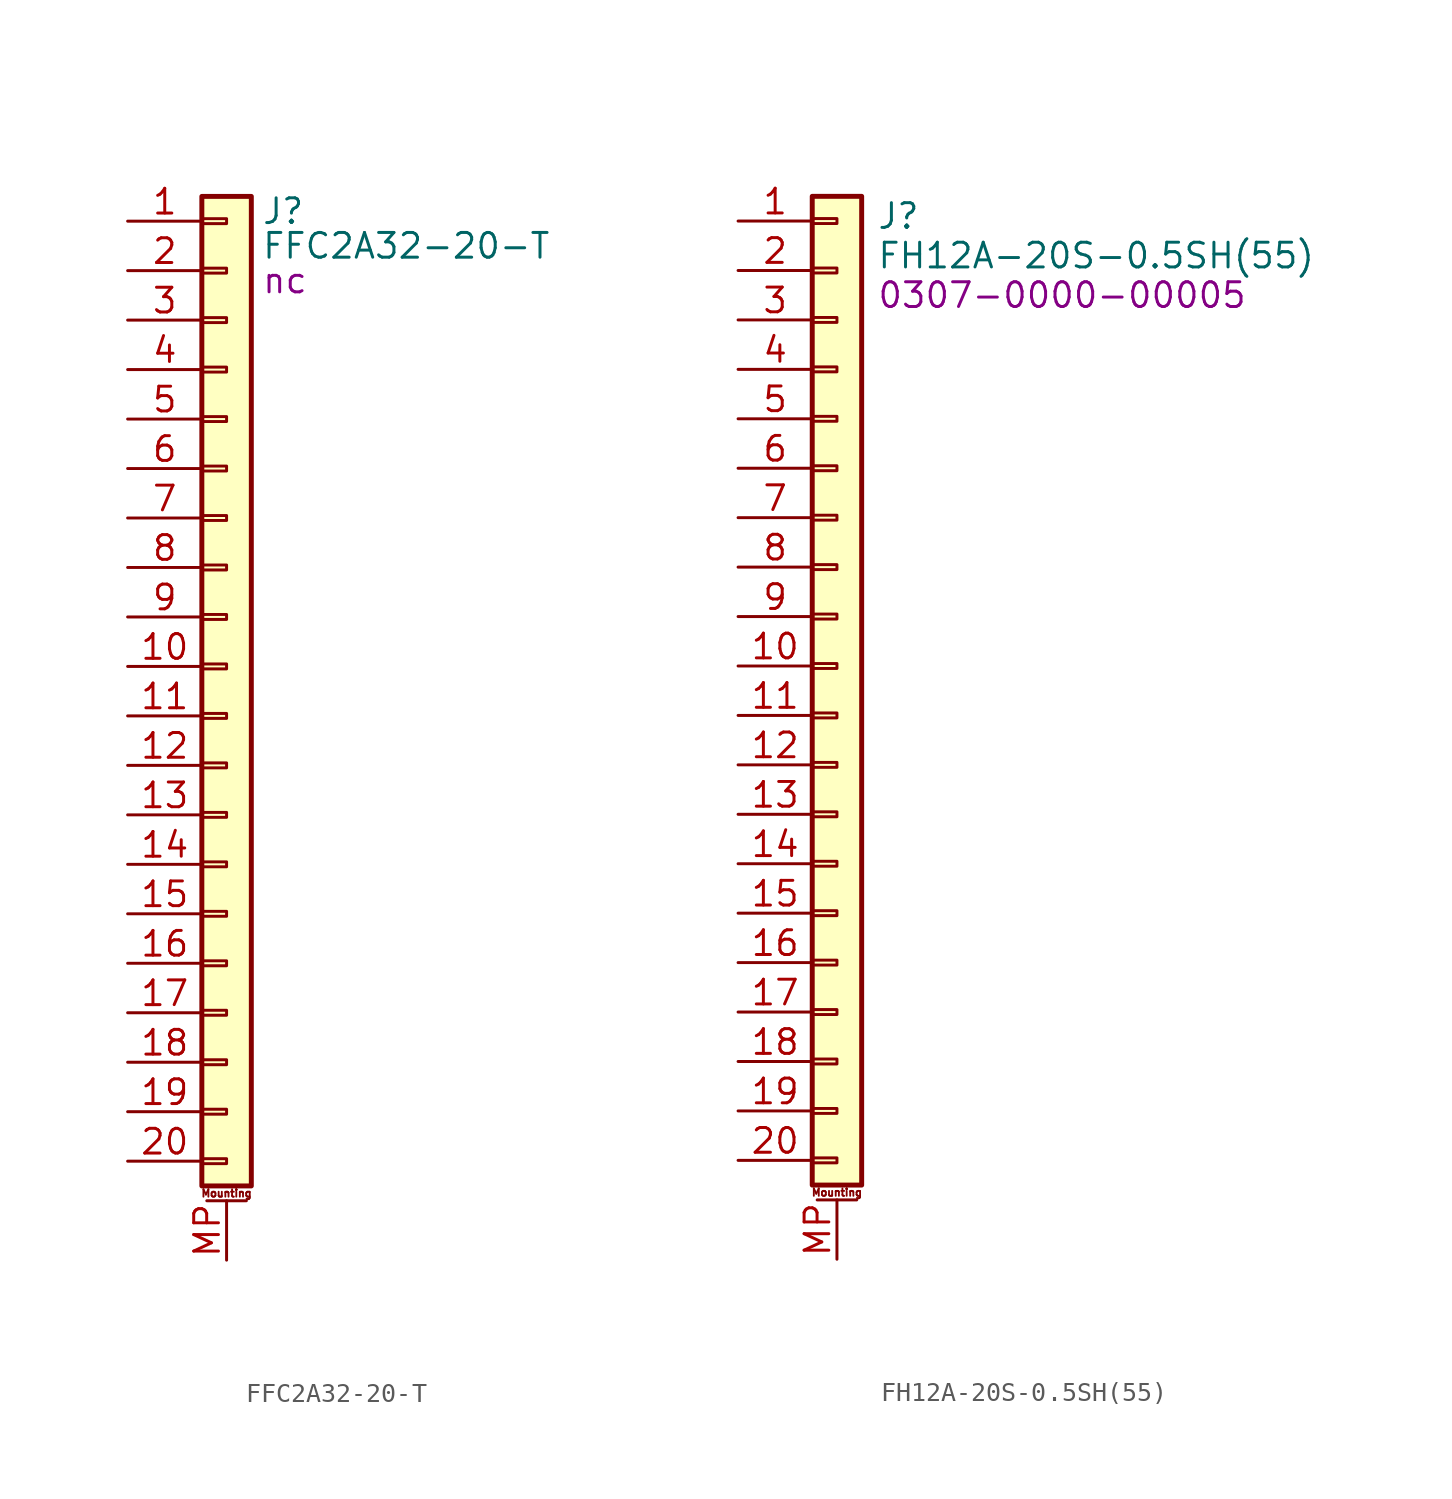
<source format=kicad_sym>
(kicad_symbol_lib
  (version 20231120)
  (generator "kicad_symbol_editor")
  (generator_version "8.0")
  (symbol "FFC2A32-20-T"
    (pin_names hide)
    (property "Reference" "J"
      (at 1.778 -2.032 0)
      (effects (font (size 1.27 1.27)) (justify left)))
    (property "Value" "FFC2A32-20-T"
      (at 1.778 -3.81 0)
      (effects (font (size 1.27 1.27)) (justify left)))
    (property "PartNumber" "nc"
      (at 1.778 -5.588 0)
      (effects (font (size 1.27 1.27)) (justify left)))
    (symbol "FFC2A32-20-T_1_1"
      (rectangle (start -1.27 -50.673) (end 0 -50.927) (stroke (width 0.152) (type default)) (fill (type none)))
      (rectangle (start -1.27 -48.133) (end 0 -48.387) (stroke (width 0.152) (type default)) (fill (type none)))
      (rectangle (start -1.27 -45.593) (end 0 -45.847) (stroke (width 0.152) (type default)) (fill (type none)))
      (rectangle (start -1.27 -43.053) (end 0 -43.307) (stroke (width 0.152) (type default)) (fill (type none)))
      (rectangle (start -1.27 -40.513) (end 0 -40.767) (stroke (width 0.152) (type default)) (fill (type none)))
      (rectangle (start -1.27 -37.973) (end 0 -38.227) (stroke (width 0.152) (type default)) (fill (type none)))
      (rectangle (start -1.27 -35.433) (end 0 -35.687) (stroke (width 0.152) (type default)) (fill (type none)))
      (rectangle (start -1.27 -32.893) (end 0 -33.147) (stroke (width 0.152) (type default)) (fill (type none)))
      (rectangle (start -1.27 -30.353) (end 0 -30.607) (stroke (width 0.152) (type default)) (fill (type none)))
      (rectangle (start -1.27 -27.813) (end 0 -28.067) (stroke (width 0.152) (type default)) (fill (type none)))
      (rectangle (start -1.27 -25.273) (end 0 -25.527) (stroke (width 0.152) (type default)) (fill (type none)))
      (rectangle (start -1.27 -22.733) (end 0 -22.987) (stroke (width 0.152) (type default)) (fill (type none)))
      (rectangle (start -1.27 -20.193) (end 0 -20.447) (stroke (width 0.152) (type default)) (fill (type none)))
      (rectangle (start -1.27 -17.653) (end 0 -17.907) (stroke (width 0.152) (type default)) (fill (type none)))
      (rectangle (start -1.27 -15.113) (end 0 -15.367) (stroke (width 0.152) (type default)) (fill (type none)))
      (rectangle (start -1.27 -12.573) (end 0 -12.827) (stroke (width 0.152) (type default)) (fill (type none)))
      (rectangle (start -1.27 -10.033) (end 0 -10.287) (stroke (width 0.152) (type default)) (fill (type none)))
      (rectangle (start -1.27 -7.493) (end 0 -7.747) (stroke (width 0.152) (type default)) (fill (type none)))
      (rectangle (start -1.27 -4.953) (end 0 -5.207) (stroke (width 0.152) (type default)) (fill (type none)))
      (rectangle (start -1.27 -2.413) (end 0 -2.667) (stroke (width 0.152) (type default)) (fill (type none)))
      (rectangle (start -1.27 -1.27) (end 1.27 -52.07) (stroke (width 0.254) (type default)) (fill (type background)))
      (polyline (pts (xy -1.016 -52.832) (xy 1.016 -52.832)) (stroke (width 0.152) (type default)) (fill (type none)))
      (text "Mounting" (at 0 -52.451 0) (effects (font (size 0.381 0.381))))
      (pin passive line (at -5.08 -2.54 0) (length 3.81) (name "Pin_1" (effects (font (size 1.27 1.27)))) (number "1" (effects (font (size 1.27 1.27)))))
      (pin passive line (at -5.08 -25.4 0) (length 3.81) (name "Pin_10" (effects (font (size 1.27 1.27)))) (number "10" (effects (font (size 1.27 1.27)))))
      (pin passive line (at -5.08 -27.94 0) (length 3.81) (name "Pin_11" (effects (font (size 1.27 1.27)))) (number "11" (effects (font (size 1.27 1.27)))))
      (pin passive line (at -5.08 -30.48 0) (length 3.81) (name "Pin_12" (effects (font (size 1.27 1.27)))) (number "12" (effects (font (size 1.27 1.27)))))
      (pin passive line (at -5.08 -33.02 0) (length 3.81) (name "Pin_13" (effects (font (size 1.27 1.27)))) (number "13" (effects (font (size 1.27 1.27)))))
      (pin passive line (at -5.08 -35.56 0) (length 3.81) (name "Pin_14" (effects (font (size 1.27 1.27)))) (number "14" (effects (font (size 1.27 1.27)))))
      (pin passive line (at -5.08 -38.1 0) (length 3.81) (name "Pin_15" (effects (font (size 1.27 1.27)))) (number "15" (effects (font (size 1.27 1.27)))))
      (pin passive line (at -5.08 -40.64 0) (length 3.81) (name "Pin_16" (effects (font (size 1.27 1.27)))) (number "16" (effects (font (size 1.27 1.27)))))
      (pin passive line (at -5.08 -43.18 0) (length 3.81) (name "Pin_17" (effects (font (size 1.27 1.27)))) (number "17" (effects (font (size 1.27 1.27)))))
      (pin passive line (at -5.08 -45.72 0) (length 3.81) (name "Pin_18" (effects (font (size 1.27 1.27)))) (number "18" (effects (font (size 1.27 1.27)))))
      (pin passive line (at -5.08 -48.26 0) (length 3.81) (name "Pin_19" (effects (font (size 1.27 1.27)))) (number "19" (effects (font (size 1.27 1.27)))))
      (pin passive line (at -5.08 -5.08 0) (length 3.81) (name "Pin_2" (effects (font (size 1.27 1.27)))) (number "2" (effects (font (size 1.27 1.27)))))
      (pin passive line (at -5.08 -50.8 0) (length 3.81) (name "Pin_20" (effects (font (size 1.27 1.27)))) (number "20" (effects (font (size 1.27 1.27)))))
      (pin passive line (at -5.08 -7.62 0) (length 3.81) (name "Pin_3" (effects (font (size 1.27 1.27)))) (number "3" (effects (font (size 1.27 1.27)))))
      (pin passive line (at -5.08 -10.16 0) (length 3.81) (name "Pin_4" (effects (font (size 1.27 1.27)))) (number "4" (effects (font (size 1.27 1.27)))))
      (pin passive line (at -5.08 -12.7 0) (length 3.81) (name "Pin_5" (effects (font (size 1.27 1.27)))) (number "5" (effects (font (size 1.27 1.27)))))
      (pin passive line (at -5.08 -15.24 0) (length 3.81) (name "Pin_6" (effects (font (size 1.27 1.27)))) (number "6" (effects (font (size 1.27 1.27)))))
      (pin passive line (at -5.08 -17.78 0) (length 3.81) (name "Pin_7" (effects (font (size 1.27 1.27)))) (number "7" (effects (font (size 1.27 1.27)))))
      (pin passive line (at -5.08 -20.32 0) (length 3.81) (name "Pin_8" (effects (font (size 1.27 1.27)))) (number "8" (effects (font (size 1.27 1.27)))))
      (pin passive line (at -5.08 -22.86 0) (length 3.81) (name "Pin_9" (effects (font (size 1.27 1.27)))) (number "9" (effects (font (size 1.27 1.27)))))
      (pin passive line (at 0 -55.88 90) (length 3.048) (name "MountPin" (effects (font (size 1.27 1.27)))) (number "MP" (effects (font (size 1.27 1.27)))))))
  (symbol "FH12A-20S-0.5SH(55)"
    (pin_names hide)
    (property "Reference" "J"
      (at 2.032 -2.286 0)
      (effects (font (size 1.27 1.27)) (justify left)))
    (property "Value" "FH12A-20S-0.5SH(55)"
      (at 2.032 -4.318 0)
      (effects (font (size 1.27 1.27)) (justify left)))
    (property "PartNumber" "0307-0000-00005"
      (at 2.032 -6.35 0)
      (effects (font (size 1.27 1.27)) (justify left)))
    (symbol "FH12A-20S-0.5SH(55)_1_1"
      (rectangle (start -1.27 -50.673) (end 0 -50.927) (stroke (width 0.152) (type default)) (fill (type none)))
      (rectangle (start -1.27 -48.133) (end 0 -48.387) (stroke (width 0.152) (type default)) (fill (type none)))
      (rectangle (start -1.27 -45.593) (end 0 -45.847) (stroke (width 0.152) (type default)) (fill (type none)))
      (rectangle (start -1.27 -43.053) (end 0 -43.307) (stroke (width 0.152) (type default)) (fill (type none)))
      (rectangle (start -1.27 -40.513) (end 0 -40.767) (stroke (width 0.152) (type default)) (fill (type none)))
      (rectangle (start -1.27 -37.973) (end 0 -38.227) (stroke (width 0.152) (type default)) (fill (type none)))
      (rectangle (start -1.27 -35.433) (end 0 -35.687) (stroke (width 0.152) (type default)) (fill (type none)))
      (rectangle (start -1.27 -32.893) (end 0 -33.147) (stroke (width 0.152) (type default)) (fill (type none)))
      (rectangle (start -1.27 -30.353) (end 0 -30.607) (stroke (width 0.152) (type default)) (fill (type none)))
      (rectangle (start -1.27 -27.813) (end 0 -28.067) (stroke (width 0.152) (type default)) (fill (type none)))
      (rectangle (start -1.27 -25.273) (end 0 -25.527) (stroke (width 0.152) (type default)) (fill (type none)))
      (rectangle (start -1.27 -22.733) (end 0 -22.987) (stroke (width 0.152) (type default)) (fill (type none)))
      (rectangle (start -1.27 -20.193) (end 0 -20.447) (stroke (width 0.152) (type default)) (fill (type none)))
      (rectangle (start -1.27 -17.653) (end 0 -17.907) (stroke (width 0.152) (type default)) (fill (type none)))
      (rectangle (start -1.27 -15.113) (end 0 -15.367) (stroke (width 0.152) (type default)) (fill (type none)))
      (rectangle (start -1.27 -12.573) (end 0 -12.827) (stroke (width 0.152) (type default)) (fill (type none)))
      (rectangle (start -1.27 -10.033) (end 0 -10.287) (stroke (width 0.152) (type default)) (fill (type none)))
      (rectangle (start -1.27 -7.493) (end 0 -7.747) (stroke (width 0.152) (type default)) (fill (type none)))
      (rectangle (start -1.27 -4.953) (end 0 -5.207) (stroke (width 0.152) (type default)) (fill (type none)))
      (rectangle (start -1.27 -2.413) (end 0 -2.667) (stroke (width 0.152) (type default)) (fill (type none)))
      (rectangle (start -1.27 -1.27) (end 1.27 -52.07) (stroke (width 0.254) (type default)) (fill (type background)))
      (polyline (pts (xy -1.016 -52.832) (xy 1.016 -52.832)) (stroke (width 0.152) (type default)) (fill (type none)))
      (text "Mounting" (at 0 -52.451 0) (effects (font (size 0.381 0.381))))
      (pin passive line (at -5.08 -2.54 0) (length 3.81) (name "Pin_1" (effects (font (size 1.27 1.27)))) (number "1" (effects (font (size 1.27 1.27)))))
      (pin passive line (at -5.08 -25.4 0) (length 3.81) (name "Pin_10" (effects (font (size 1.27 1.27)))) (number "10" (effects (font (size 1.27 1.27)))))
      (pin passive line (at -5.08 -27.94 0) (length 3.81) (name "Pin_11" (effects (font (size 1.27 1.27)))) (number "11" (effects (font (size 1.27 1.27)))))
      (pin passive line (at -5.08 -30.48 0) (length 3.81) (name "Pin_12" (effects (font (size 1.27 1.27)))) (number "12" (effects (font (size 1.27 1.27)))))
      (pin passive line (at -5.08 -33.02 0) (length 3.81) (name "Pin_13" (effects (font (size 1.27 1.27)))) (number "13" (effects (font (size 1.27 1.27)))))
      (pin passive line (at -5.08 -35.56 0) (length 3.81) (name "Pin_14" (effects (font (size 1.27 1.27)))) (number "14" (effects (font (size 1.27 1.27)))))
      (pin passive line (at -5.08 -38.1 0) (length 3.81) (name "Pin_15" (effects (font (size 1.27 1.27)))) (number "15" (effects (font (size 1.27 1.27)))))
      (pin passive line (at -5.08 -40.64 0) (length 3.81) (name "Pin_16" (effects (font (size 1.27 1.27)))) (number "16" (effects (font (size 1.27 1.27)))))
      (pin passive line (at -5.08 -43.18 0) (length 3.81) (name "Pin_17" (effects (font (size 1.27 1.27)))) (number "17" (effects (font (size 1.27 1.27)))))
      (pin passive line (at -5.08 -45.72 0) (length 3.81) (name "Pin_18" (effects (font (size 1.27 1.27)))) (number "18" (effects (font (size 1.27 1.27)))))
      (pin passive line (at -5.08 -48.26 0) (length 3.81) (name "Pin_19" (effects (font (size 1.27 1.27)))) (number "19" (effects (font (size 1.27 1.27)))))
      (pin passive line (at -5.08 -5.08 0) (length 3.81) (name "Pin_2" (effects (font (size 1.27 1.27)))) (number "2" (effects (font (size 1.27 1.27)))))
      (pin passive line (at -5.08 -50.8 0) (length 3.81) (name "Pin_20" (effects (font (size 1.27 1.27)))) (number "20" (effects (font (size 1.27 1.27)))))
      (pin passive line (at -5.08 -7.62 0) (length 3.81) (name "Pin_3" (effects (font (size 1.27 1.27)))) (number "3" (effects (font (size 1.27 1.27)))))
      (pin passive line (at -5.08 -10.16 0) (length 3.81) (name "Pin_4" (effects (font (size 1.27 1.27)))) (number "4" (effects (font (size 1.27 1.27)))))
      (pin passive line (at -5.08 -12.7 0) (length 3.81) (name "Pin_5" (effects (font (size 1.27 1.27)))) (number "5" (effects (font (size 1.27 1.27)))))
      (pin passive line (at -5.08 -15.24 0) (length 3.81) (name "Pin_6" (effects (font (size 1.27 1.27)))) (number "6" (effects (font (size 1.27 1.27)))))
      (pin passive line (at -5.08 -17.78 0) (length 3.81) (name "Pin_7" (effects (font (size 1.27 1.27)))) (number "7" (effects (font (size 1.27 1.27)))))
      (pin passive line (at -5.08 -20.32 0) (length 3.81) (name "Pin_8" (effects (font (size 1.27 1.27)))) (number "8" (effects (font (size 1.27 1.27)))))
      (pin passive line (at -5.08 -22.86 0) (length 3.81) (name "Pin_9" (effects (font (size 1.27 1.27)))) (number "9" (effects (font (size 1.27 1.27)))))
      (pin passive line (at 0 -55.88 90) (length 3.048) (name "MountPin" (effects (font (size 1.27 1.27)))) (number "MP" (effects (font (size 1.27 1.27))))))))
</source>
